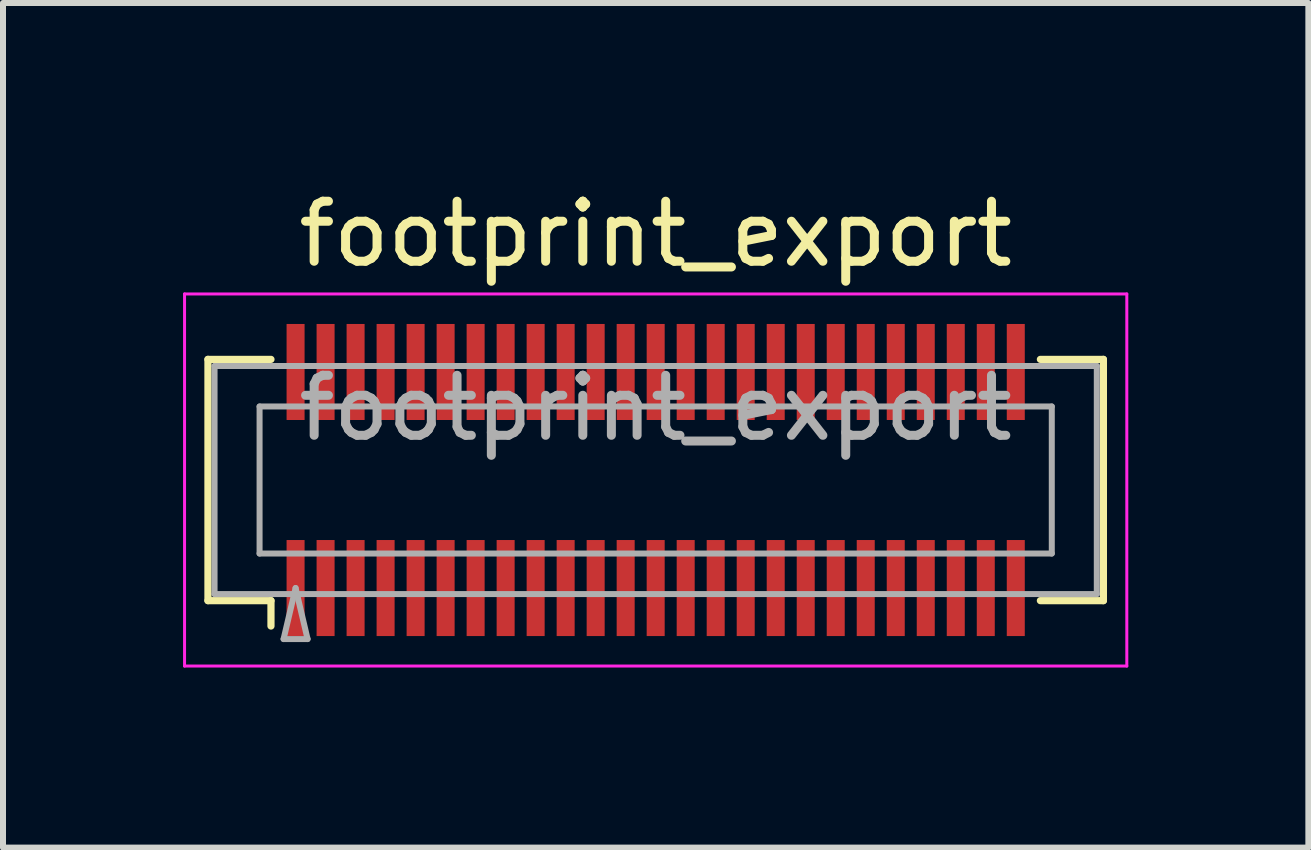
<source format=kicad_pcb>
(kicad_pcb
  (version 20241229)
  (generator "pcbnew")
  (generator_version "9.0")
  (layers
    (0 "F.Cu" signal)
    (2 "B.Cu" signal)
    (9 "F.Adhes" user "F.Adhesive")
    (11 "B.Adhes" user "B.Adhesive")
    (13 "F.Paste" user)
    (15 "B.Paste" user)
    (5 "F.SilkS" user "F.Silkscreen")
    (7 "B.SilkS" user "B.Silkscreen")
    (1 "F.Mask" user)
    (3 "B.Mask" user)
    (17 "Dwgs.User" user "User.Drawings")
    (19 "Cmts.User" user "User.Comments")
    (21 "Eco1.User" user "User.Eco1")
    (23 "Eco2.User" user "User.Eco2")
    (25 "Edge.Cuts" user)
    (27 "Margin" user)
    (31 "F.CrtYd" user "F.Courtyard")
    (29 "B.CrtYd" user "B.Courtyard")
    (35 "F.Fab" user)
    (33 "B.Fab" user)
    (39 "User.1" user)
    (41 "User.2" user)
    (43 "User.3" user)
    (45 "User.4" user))
  (footprint "footprint_export"
    (layer "F.Cu")
    (at 7.875 4.948)
    (property "Reference" "footprint_export" (at 0 -4.1 0) (layer "F.SilkS") (effects (font (size 1 1) (thickness 0.15))))
    (attr smd)
    (fp_line (start -7.46 -2.01) (end -6.41 -2.01) (stroke (width 0.12) (type solid)) (layer "F.SilkS"))
    (fp_line (start -7.46 2.01) (end -7.46 -2.01) (stroke (width 0.12) (type solid)) (layer "F.SilkS"))
    (fp_line (start -6.41 2.01) (end -7.46 2.01) (stroke (width 0.12) (type solid)) (layer "F.SilkS"))
    (fp_line (start -6.41 2.433) (end -6.41 2.01) (stroke (width 0.12) (type solid)) (layer "F.SilkS"))
    (fp_line (start 6.41 2.01) (end 7.46 2.01) (stroke (width 0.12) (type solid)) (layer "F.SilkS"))
    (fp_line (start 7.46 -2.01) (end 6.41 -2.01) (stroke (width 0.12) (type solid)) (layer "F.SilkS"))
    (fp_line (start 7.46 2.01) (end 7.46 -2.01) (stroke (width 0.12) (type solid)) (layer "F.SilkS"))
    (fp_line (start -7.85 -3.1) (end -7.85 3.1) (stroke (width 0.05) (type solid)) (layer "F.CrtYd"))
    (fp_line (start -7.85 3.1) (end 7.85 3.1) (stroke (width 0.05) (type solid)) (layer "F.CrtYd"))
    (fp_line (start 7.85 -3.1) (end -7.85 -3.1) (stroke (width 0.05) (type solid)) (layer "F.CrtYd"))
    (fp_line (start 7.85 3.1) (end 7.85 -3.1) (stroke (width 0.05) (type solid)) (layer "F.CrtYd"))
    (fp_line (start -7.35 -1.9) (end 7.35 -1.9) (stroke (width 0.1) (type solid)) (layer "F.Fab"))
    (fp_line (start -7.35 1.9) (end -7.35 -1.9) (stroke (width 0.1) (type solid)) (layer "F.Fab"))
    (fp_line (start -6.6 -1.225) (end 6.6 -1.225) (stroke (width 0.1) (type solid)) (layer "F.Fab"))
    (fp_line (start -6.6 1.225) (end -6.6 -1.225) (stroke (width 0.1) (type solid)) (layer "F.Fab"))
    (fp_line (start -6.2 2.65) (end -6 1.8) (stroke (width 0.1) (type solid)) (layer "F.Fab"))
    (fp_line (start -6 1.8) (end -5.8 2.65) (stroke (width 0.1) (type solid)) (layer "F.Fab"))
    (fp_line (start -5.8 2.65) (end -6.2 2.65) (stroke (width 0.1) (type solid)) (layer "F.Fab"))
    (fp_line (start 6.6 -1.225) (end 6.6 1.225) (stroke (width 0.1) (type solid)) (layer "F.Fab"))
    (fp_line (start 6.6 1.225) (end -6.6 1.225) (stroke (width 0.1) (type solid)) (layer "F.Fab"))
    (fp_line (start 7.35 -1.9) (end 7.35 1.9) (stroke (width 0.1) (type solid)) (layer "F.Fab"))
    (fp_line (start 7.35 1.9) (end -7.35 1.9) (stroke (width 0.1) (type solid)) (layer "F.Fab"))
    (fp_text user "${REFERENCE}" (at 0 -1.2 0) (layer "F.Fab") (effects (font (size 1 1) (thickness 0.15))))
    (pad "" smd rect (at -6 -2) (size 0.28 1.2) (layers "F.Paste"))
    (pad "" smd rect (at -6 2) (size 0.28 1.2) (layers "F.Paste"))
    (pad "" smd rect (at -5.5 -2) (size 0.28 1.2) (layers "F.Paste"))
    (pad "" smd rect (at -5.5 2) (size 0.28 1.2) (layers "F.Paste"))
    (pad "" smd rect (at -5 -2) (size 0.28 1.2) (layers "F.Paste"))
    (pad "" smd rect (at -5 2) (size 0.28 1.2) (layers "F.Paste"))
    (pad "" smd rect (at -4.5 -2) (size 0.28 1.2) (layers "F.Paste"))
    (pad "" smd rect (at -4.5 2) (size 0.28 1.2) (layers "F.Paste"))
    (pad "" smd rect (at -4 -2) (size 0.28 1.2) (layers "F.Paste"))
    (pad "" smd rect (at -4 2) (size 0.28 1.2) (layers "F.Paste"))
    (pad "" smd rect (at -3.5 -2) (size 0.28 1.2) (layers "F.Paste"))
    (pad "" smd rect (at -3.5 2) (size 0.28 1.2) (layers "F.Paste"))
    (pad "" smd rect (at -3 -2) (size 0.28 1.2) (layers "F.Paste"))
    (pad "" smd rect (at -3 2) (size 0.28 1.2) (layers "F.Paste"))
    (pad "" smd rect (at -2.5 -2) (size 0.28 1.2) (layers "F.Paste"))
    (pad "" smd rect (at -2.5 2) (size 0.28 1.2) (layers "F.Paste"))
    (pad "" smd rect (at -2 -2) (size 0.28 1.2) (layers "F.Paste"))
    (pad "" smd rect (at -2 2) (size 0.28 1.2) (layers "F.Paste"))
    (pad "" smd rect (at -1.5 -2) (size 0.28 1.2) (layers "F.Paste"))
    (pad "" smd rect (at -1.5 2) (size 0.28 1.2) (layers "F.Paste"))
    (pad "" smd rect (at -1 -2) (size 0.28 1.2) (layers "F.Paste"))
    (pad "" smd rect (at -1 2) (size 0.28 1.2) (layers "F.Paste"))
    (pad "" smd rect (at -0.5 -2) (size 0.28 1.2) (layers "F.Paste"))
    (pad "" smd rect (at -0.5 2) (size 0.28 1.2) (layers "F.Paste"))
    (pad "" smd rect (at 0 -2) (size 0.28 1.2) (layers "F.Paste"))
    (pad "" smd rect (at 0 2) (size 0.28 1.2) (layers "F.Paste"))
    (pad "" smd rect (at 0.5 -2) (size 0.28 1.2) (layers "F.Paste"))
    (pad "" smd rect (at 0.5 2) (size 0.28 1.2) (layers "F.Paste"))
    (pad "" smd rect (at 1 -2) (size 0.28 1.2) (layers "F.Paste"))
    (pad "" smd rect (at 1 2) (size 0.28 1.2) (layers "F.Paste"))
    (pad "" smd rect (at 1.5 -2) (size 0.28 1.2) (layers "F.Paste"))
    (pad "" smd rect (at 1.5 2) (size 0.28 1.2) (layers "F.Paste"))
    (pad "" smd rect (at 2 -2) (size 0.28 1.2) (layers "F.Paste"))
    (pad "" smd rect (at 2 2) (size 0.28 1.2) (layers "F.Paste"))
    (pad "" smd rect (at 2.5 -2) (size 0.28 1.2) (layers "F.Paste"))
    (pad "" smd rect (at 2.5 2) (size 0.28 1.2) (layers "F.Paste"))
    (pad "" smd rect (at 3 -2) (size 0.28 1.2) (layers "F.Paste"))
    (pad "" smd rect (at 3 2) (size 0.28 1.2) (layers "F.Paste"))
    (pad "" smd rect (at 3.5 -2) (size 0.28 1.2) (layers "F.Paste"))
    (pad "" smd rect (at 3.5 2) (size 0.28 1.2) (layers "F.Paste"))
    (pad "" smd rect (at 4 -2) (size 0.28 1.2) (layers "F.Paste"))
    (pad "" smd rect (at 4 2) (size 0.28 1.2) (layers "F.Paste"))
    (pad "" smd rect (at 4.5 -2) (size 0.28 1.2) (layers "F.Paste"))
    (pad "" smd rect (at 4.5 2) (size 0.28 1.2) (layers "F.Paste"))
    (pad "" smd rect (at 5 -2) (size 0.28 1.2) (layers "F.Paste"))
    (pad "" smd rect (at 5 2) (size 0.28 1.2) (layers "F.Paste"))
    (pad "" smd rect (at 5.5 -2) (size 0.28 1.2) (layers "F.Paste"))
    (pad "" smd rect (at 5.5 2) (size 0.28 1.2) (layers "F.Paste"))
    (pad "" smd rect (at 6 -2) (size 0.28 1.2) (layers "F.Paste"))
    (pad "" smd rect (at 6 2) (size 0.28 1.2) (layers "F.Paste"))
    (pad "1" smd rect (at -6 1.8) (size 0.3 1.6) (layers "F.Cu" "F.Mask"))
    (pad "2" smd rect (at -5.5 1.8) (size 0.3 1.6) (layers "F.Cu" "F.Mask"))
    (pad "3" smd rect (at -5 1.8) (size 0.3 1.6) (layers "F.Cu" "F.Mask"))
    (pad "4" smd rect (at -4.5 1.8) (size 0.3 1.6) (layers "F.Cu" "F.Mask"))
    (pad "5" smd rect (at -4 1.8) (size 0.3 1.6) (layers "F.Cu" "F.Mask"))
    (pad "6" smd rect (at -3.5 1.8) (size 0.3 1.6) (layers "F.Cu" "F.Mask"))
    (pad "7" smd rect (at -3 1.8) (size 0.3 1.6) (layers "F.Cu" "F.Mask"))
    (pad "8" smd rect (at -2.5 1.8) (size 0.3 1.6) (layers "F.Cu" "F.Mask"))
    (pad "9" smd rect (at -2 1.8) (size 0.3 1.6) (layers "F.Cu" "F.Mask"))
    (pad "10" smd rect (at -1.5 1.8) (size 0.3 1.6) (layers "F.Cu" "F.Mask"))
    (pad "11" smd rect (at -1 1.8) (size 0.3 1.6) (layers "F.Cu" "F.Mask"))
    (pad "12" smd rect (at -0.5 1.8) (size 0.3 1.6) (layers "F.Cu" "F.Mask"))
    (pad "13" smd rect (at 0 1.8) (size 0.3 1.6) (layers "F.Cu" "F.Mask"))
    (pad "14" smd rect (at 0.5 1.8) (size 0.3 1.6) (layers "F.Cu" "F.Mask"))
    (pad "15" smd rect (at 1 1.8) (size 0.3 1.6) (layers "F.Cu" "F.Mask"))
    (pad "16" smd rect (at 1.5 1.8) (size 0.3 1.6) (layers "F.Cu" "F.Mask"))
    (pad "17" smd rect (at 2 1.8) (size 0.3 1.6) (layers "F.Cu" "F.Mask"))
    (pad "18" smd rect (at 2.5 1.8) (size 0.3 1.6) (layers "F.Cu" "F.Mask"))
    (pad "19" smd rect (at 3 1.8) (size 0.3 1.6) (layers "F.Cu" "F.Mask"))
    (pad "20" smd rect (at 3.5 1.8) (size 0.3 1.6) (layers "F.Cu" "F.Mask"))
    (pad "21" smd rect (at 4 1.8) (size 0.3 1.6) (layers "F.Cu" "F.Mask"))
    (pad "22" smd rect (at 4.5 1.8) (size 0.3 1.6) (layers "F.Cu" "F.Mask"))
    (pad "23" smd rect (at 5 1.8) (size 0.3 1.6) (layers "F.Cu" "F.Mask"))
    (pad "24" smd rect (at 5.5 1.8) (size 0.3 1.6) (layers "F.Cu" "F.Mask"))
    (pad "25" smd rect (at 6 1.8) (size 0.3 1.6) (layers "F.Cu" "F.Mask"))
    (pad "26" smd rect (at -6 -1.8) (size 0.3 1.6) (layers "F.Cu" "F.Mask"))
    (pad "27" smd rect (at -5.5 -1.8) (size 0.3 1.6) (layers "F.Cu" "F.Mask"))
    (pad "28" smd rect (at -5 -1.8) (size 0.3 1.6) (layers "F.Cu" "F.Mask"))
    (pad "29" smd rect (at -4.5 -1.8) (size 0.3 1.6) (layers "F.Cu" "F.Mask"))
    (pad "30" smd rect (at -4 -1.8) (size 0.3 1.6) (layers "F.Cu" "F.Mask"))
    (pad "31" smd rect (at -3.5 -1.8) (size 0.3 1.6) (layers "F.Cu" "F.Mask"))
    (pad "32" smd rect (at -3 -1.8) (size 0.3 1.6) (layers "F.Cu" "F.Mask"))
    (pad "33" smd rect (at -2.5 -1.8) (size 0.3 1.6) (layers "F.Cu" "F.Mask"))
    (pad "34" smd rect (at -2 -1.8) (size 0.3 1.6) (layers "F.Cu" "F.Mask"))
    (pad "35" smd rect (at -1.5 -1.8) (size 0.3 1.6) (layers "F.Cu" "F.Mask"))
    (pad "36" smd rect (at -1 -1.8) (size 0.3 1.6) (layers "F.Cu" "F.Mask"))
    (pad "37" smd rect (at -0.5 -1.8) (size 0.3 1.6) (layers "F.Cu" "F.Mask"))
    (pad "38" smd rect (at 0 -1.8) (size 0.3 1.6) (layers "F.Cu" "F.Mask"))
    (pad "39" smd rect (at 0.5 -1.8) (size 0.3 1.6) (layers "F.Cu" "F.Mask"))
    (pad "40" smd rect (at 1 -1.8) (size 0.3 1.6) (layers "F.Cu" "F.Mask"))
    (pad "41" smd rect (at 1.5 -1.8) (size 0.3 1.6) (layers "F.Cu" "F.Mask"))
    (pad "42" smd rect (at 2 -1.8) (size 0.3 1.6) (layers "F.Cu" "F.Mask"))
    (pad "43" smd rect (at 2.5 -1.8) (size 0.3 1.6) (layers "F.Cu" "F.Mask"))
    (pad "44" smd rect (at 3 -1.8) (size 0.3 1.6) (layers "F.Cu" "F.Mask"))
    (pad "45" smd rect (at 3.5 -1.8) (size 0.3 1.6) (layers "F.Cu" "F.Mask"))
    (pad "46" smd rect (at 4 -1.8) (size 0.3 1.6) (layers "F.Cu" "F.Mask"))
    (pad "47" smd rect (at 4.5 -1.8) (size 0.3 1.6) (layers "F.Cu" "F.Mask"))
    (pad "48" smd rect (at 5 -1.8) (size 0.3 1.6) (layers "F.Cu" "F.Mask"))
    (pad "49" smd rect (at 5.5 -1.8) (size 0.3 1.6) (layers "F.Cu" "F.Mask"))
    (pad "50" smd rect (at 6 -1.8) (size 0.3 1.6) (layers "F.Cu" "F.Mask")))
  (gr_rect
    (start -3 -3)
    (end 18.75 11.073)
    (stroke (width 0.1) (type default))
    (fill no)
    (layer "Edge.Cuts")))
</source>
